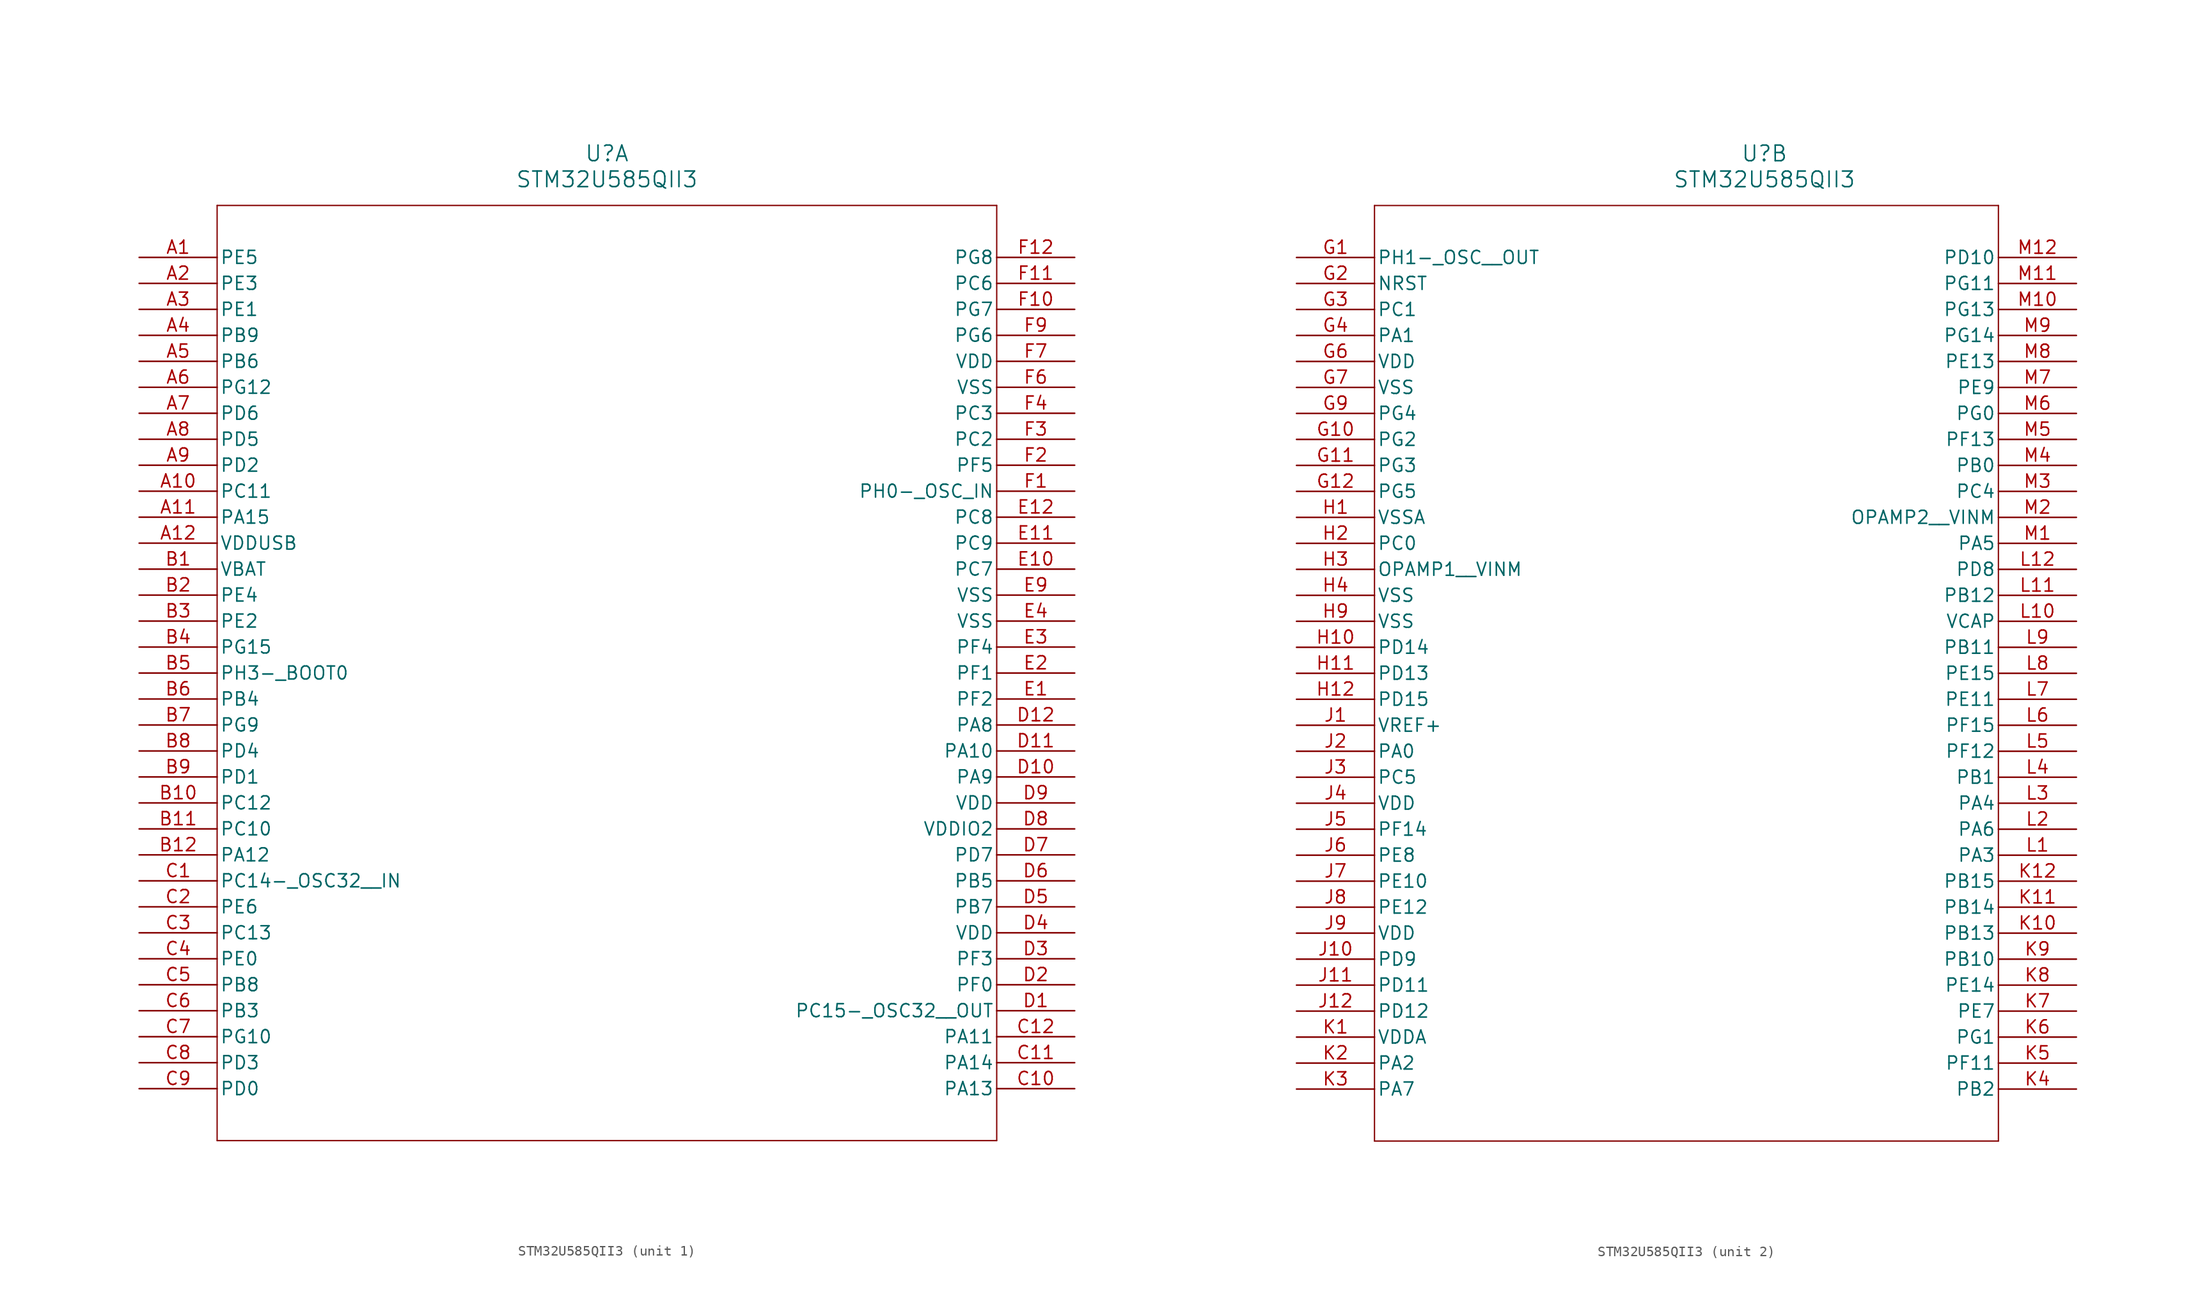
<source format=kicad_sym>
(kicad_symbol_lib
  (version 20211014)
  (generator kicad_symbol_editor)
  (symbol "STM32U585QII3"
    (pin_names
      (offset 0.254))
    (property "Reference" "U"
      (at 45.72 10.16 0)
      (effects (font (size 1.524 1.524))))
    (property "Value" "STM32U585QII3"
      (at 45.72 7.62 0)
      (effects (font (size 1.524 1.524))))
    (symbol "STM32U585QII3_1_1"
      (polyline (pts (xy 7.62 5.08) (xy 7.62 -86.36)) (stroke (width 0.127) (type default) (color 0 0 0 0)) (fill (type none)))
      (polyline (pts (xy 7.62 -86.36) (xy 83.82 -86.36)) (stroke (width 0.127) (type default) (color 0 0 0 0)) (fill (type none)))
      (polyline (pts (xy 83.82 -86.36) (xy 83.82 5.08)) (stroke (width 0.127) (type default) (color 0 0 0 0)) (fill (type none)))
      (polyline (pts (xy 83.82 5.08) (xy 7.62 5.08)) (stroke (width 0.127) (type default) (color 0 0 0 0)) (fill (type none)))
      (pin bidirectional line (at 0 0 0) (length 7.62) (name "PE5" (effects (font (size 1.27 1.27)))) (number "A1" (effects (font (size 1.27 1.27)))))
      (pin bidirectional line (at 0 -2.54 0) (length 7.62) (name "PE3" (effects (font (size 1.27 1.27)))) (number "A2" (effects (font (size 1.27 1.27)))))
      (pin bidirectional line (at 0 -5.08 0) (length 7.62) (name "PE1" (effects (font (size 1.27 1.27)))) (number "A3" (effects (font (size 1.27 1.27)))))
      (pin bidirectional line (at 0 -7.62 0) (length 7.62) (name "PB9" (effects (font (size 1.27 1.27)))) (number "A4" (effects (font (size 1.27 1.27)))))
      (pin bidirectional line (at 0 -10.16 0) (length 7.62) (name "PB6" (effects (font (size 1.27 1.27)))) (number "A5" (effects (font (size 1.27 1.27)))))
      (pin bidirectional line (at 0 -12.7 0) (length 7.62) (name "PG12" (effects (font (size 1.27 1.27)))) (number "A6" (effects (font (size 1.27 1.27)))))
      (pin bidirectional line (at 0 -15.24 0) (length 7.62) (name "PD6" (effects (font (size 1.27 1.27)))) (number "A7" (effects (font (size 1.27 1.27)))))
      (pin bidirectional line (at 0 -17.78 0) (length 7.62) (name "PD5" (effects (font (size 1.27 1.27)))) (number "A8" (effects (font (size 1.27 1.27)))))
      (pin bidirectional line (at 0 -20.32 0) (length 7.62) (name "PD2" (effects (font (size 1.27 1.27)))) (number "A9" (effects (font (size 1.27 1.27)))))
      (pin bidirectional line (at 0 -22.86 0) (length 7.62) (name "PC11" (effects (font (size 1.27 1.27)))) (number "A10" (effects (font (size 1.27 1.27)))))
      (pin bidirectional line (at 0 -25.4 0) (length 7.62) (name "PA15" (effects (font (size 1.27 1.27)))) (number "A11" (effects (font (size 1.27 1.27)))))
      (pin power_in line (at 0 -27.94 0) (length 7.62) (name "VDDUSB" (effects (font (size 1.27 1.27)))) (number "A12" (effects (font (size 1.27 1.27)))))
      (pin unspecified line (at 0 -30.48 0) (length 7.62) (name "VBAT" (effects (font (size 1.27 1.27)))) (number "B1" (effects (font (size 1.27 1.27)))))
      (pin bidirectional line (at 0 -33.02 0) (length 7.62) (name "PE4" (effects (font (size 1.27 1.27)))) (number "B2" (effects (font (size 1.27 1.27)))))
      (pin bidirectional line (at 0 -35.56 0) (length 7.62) (name "PE2" (effects (font (size 1.27 1.27)))) (number "B3" (effects (font (size 1.27 1.27)))))
      (pin bidirectional line (at 0 -38.1 0) (length 7.62) (name "PG15" (effects (font (size 1.27 1.27)))) (number "B4" (effects (font (size 1.27 1.27)))))
      (pin bidirectional line (at 0 -40.64 0) (length 7.62) (name "PH3- BOOT0" (effects (font (size 1.27 1.27)))) (number "B5" (effects (font (size 1.27 1.27)))))
      (pin bidirectional line (at 0 -43.18 0) (length 7.62) (name "PB4" (effects (font (size 1.27 1.27)))) (number "B6" (effects (font (size 1.27 1.27)))))
      (pin bidirectional line (at 0 -45.72 0) (length 7.62) (name "PG9" (effects (font (size 1.27 1.27)))) (number "B7" (effects (font (size 1.27 1.27)))))
      (pin bidirectional line (at 0 -48.26 0) (length 7.62) (name "PD4" (effects (font (size 1.27 1.27)))) (number "B8" (effects (font (size 1.27 1.27)))))
      (pin bidirectional line (at 0 -50.8 0) (length 7.62) (name "PD1" (effects (font (size 1.27 1.27)))) (number "B9" (effects (font (size 1.27 1.27)))))
      (pin bidirectional line (at 0 -53.34 0) (length 7.62) (name "PC12" (effects (font (size 1.27 1.27)))) (number "B10" (effects (font (size 1.27 1.27)))))
      (pin bidirectional line (at 0 -55.88 0) (length 7.62) (name "PC10" (effects (font (size 1.27 1.27)))) (number "B11" (effects (font (size 1.27 1.27)))))
      (pin bidirectional line (at 0 -58.42 0) (length 7.62) (name "PA12" (effects (font (size 1.27 1.27)))) (number "B12" (effects (font (size 1.27 1.27)))))
      (pin bidirectional line (at 0 -60.96 0) (length 7.62) (name "PC14- OSC32 _IN" (effects (font (size 1.27 1.27)))) (number "C1" (effects (font (size 1.27 1.27)))))
      (pin bidirectional line (at 0 -63.5 0) (length 7.62) (name "PE6" (effects (font (size 1.27 1.27)))) (number "C2" (effects (font (size 1.27 1.27)))))
      (pin bidirectional line (at 0 -66.04 0) (length 7.62) (name "PC13" (effects (font (size 1.27 1.27)))) (number "C3" (effects (font (size 1.27 1.27)))))
      (pin bidirectional line (at 0 -68.58 0) (length 7.62) (name "PE0" (effects (font (size 1.27 1.27)))) (number "C4" (effects (font (size 1.27 1.27)))))
      (pin bidirectional line (at 0 -71.12 0) (length 7.62) (name "PB8" (effects (font (size 1.27 1.27)))) (number "C5" (effects (font (size 1.27 1.27)))))
      (pin bidirectional line (at 0 -73.66 0) (length 7.62) (name "PB3" (effects (font (size 1.27 1.27)))) (number "C6" (effects (font (size 1.27 1.27)))))
      (pin bidirectional line (at 0 -76.2 0) (length 7.62) (name "PG10" (effects (font (size 1.27 1.27)))) (number "C7" (effects (font (size 1.27 1.27)))))
      (pin bidirectional line (at 0 -78.74 0) (length 7.62) (name "PD3" (effects (font (size 1.27 1.27)))) (number "C8" (effects (font (size 1.27 1.27)))))
      (pin bidirectional line (at 0 -81.28 0) (length 7.62) (name "PD0" (effects (font (size 1.27 1.27)))) (number "C9" (effects (font (size 1.27 1.27)))))
      (pin bidirectional line (at 91.44 -81.28 180) (length 7.62) (name "PA13" (effects (font (size 1.27 1.27)))) (number "C10" (effects (font (size 1.27 1.27)))))
      (pin bidirectional line (at 91.44 -78.74 180) (length 7.62) (name "PA14" (effects (font (size 1.27 1.27)))) (number "C11" (effects (font (size 1.27 1.27)))))
      (pin bidirectional line (at 91.44 -76.2 180) (length 7.62) (name "PA11" (effects (font (size 1.27 1.27)))) (number "C12" (effects (font (size 1.27 1.27)))))
      (pin output line (at 91.44 -73.66 180) (length 7.62) (name "PC15- OSC32_ OUT" (effects (font (size 1.27 1.27)))) (number "D1" (effects (font (size 1.27 1.27)))))
      (pin bidirectional line (at 91.44 -71.12 180) (length 7.62) (name "PF0" (effects (font (size 1.27 1.27)))) (number "D2" (effects (font (size 1.27 1.27)))))
      (pin bidirectional line (at 91.44 -68.58 180) (length 7.62) (name "PF3" (effects (font (size 1.27 1.27)))) (number "D3" (effects (font (size 1.27 1.27)))))
      (pin power_in line (at 91.44 -66.04 180) (length 7.62) (name "VDD" (effects (font (size 1.27 1.27)))) (number "D4" (effects (font (size 1.27 1.27)))))
      (pin bidirectional line (at 91.44 -63.5 180) (length 7.62) (name "PB7" (effects (font (size 1.27 1.27)))) (number "D5" (effects (font (size 1.27 1.27)))))
      (pin bidirectional line (at 91.44 -60.96 180) (length 7.62) (name "PB5" (effects (font (size 1.27 1.27)))) (number "D6" (effects (font (size 1.27 1.27)))))
      (pin bidirectional line (at 91.44 -58.42 180) (length 7.62) (name "PD7" (effects (font (size 1.27 1.27)))) (number "D7" (effects (font (size 1.27 1.27)))))
      (pin power_in line (at 91.44 -55.88 180) (length 7.62) (name "VDDIO2" (effects (font (size 1.27 1.27)))) (number "D8" (effects (font (size 1.27 1.27)))))
      (pin power_in line (at 91.44 -53.34 180) (length 7.62) (name "VDD" (effects (font (size 1.27 1.27)))) (number "D9" (effects (font (size 1.27 1.27)))))
      (pin bidirectional line (at 91.44 -50.8 180) (length 7.62) (name "PA9" (effects (font (size 1.27 1.27)))) (number "D10" (effects (font (size 1.27 1.27)))))
      (pin bidirectional line (at 91.44 -48.26 180) (length 7.62) (name "PA10" (effects (font (size 1.27 1.27)))) (number "D11" (effects (font (size 1.27 1.27)))))
      (pin bidirectional line (at 91.44 -45.72 180) (length 7.62) (name "PA8" (effects (font (size 1.27 1.27)))) (number "D12" (effects (font (size 1.27 1.27)))))
      (pin bidirectional line (at 91.44 -43.18 180) (length 7.62) (name "PF2" (effects (font (size 1.27 1.27)))) (number "E1" (effects (font (size 1.27 1.27)))))
      (pin bidirectional line (at 91.44 -40.64 180) (length 7.62) (name "PF1" (effects (font (size 1.27 1.27)))) (number "E2" (effects (font (size 1.27 1.27)))))
      (pin bidirectional line (at 91.44 -38.1 180) (length 7.62) (name "PF4" (effects (font (size 1.27 1.27)))) (number "E3" (effects (font (size 1.27 1.27)))))
      (pin power_out line (at 91.44 -35.56 180) (length 7.62) (name "VSS" (effects (font (size 1.27 1.27)))) (number "E4" (effects (font (size 1.27 1.27)))))
      (pin power_out line (at 91.44 -33.02 180) (length 7.62) (name "VSS" (effects (font (size 1.27 1.27)))) (number "E9" (effects (font (size 1.27 1.27)))))
      (pin bidirectional line (at 91.44 -30.48 180) (length 7.62) (name "PC7" (effects (font (size 1.27 1.27)))) (number "E10" (effects (font (size 1.27 1.27)))))
      (pin bidirectional line (at 91.44 -27.94 180) (length 7.62) (name "PC9" (effects (font (size 1.27 1.27)))) (number "E11" (effects (font (size 1.27 1.27)))))
      (pin bidirectional line (at 91.44 -25.4 180) (length 7.62) (name "PC8" (effects (font (size 1.27 1.27)))) (number "E12" (effects (font (size 1.27 1.27)))))
      (pin bidirectional line (at 91.44 -22.86 180) (length 7.62) (name "PH0- OSC_IN" (effects (font (size 1.27 1.27)))) (number "F1" (effects (font (size 1.27 1.27)))))
      (pin bidirectional line (at 91.44 -20.32 180) (length 7.62) (name "PF5" (effects (font (size 1.27 1.27)))) (number "F2" (effects (font (size 1.27 1.27)))))
      (pin bidirectional line (at 91.44 -17.78 180) (length 7.62) (name "PC2" (effects (font (size 1.27 1.27)))) (number "F3" (effects (font (size 1.27 1.27)))))
      (pin bidirectional line (at 91.44 -15.24 180) (length 7.62) (name "PC3" (effects (font (size 1.27 1.27)))) (number "F4" (effects (font (size 1.27 1.27)))))
      (pin power_out line (at 91.44 -12.7 180) (length 7.62) (name "VSS" (effects (font (size 1.27 1.27)))) (number "F6" (effects (font (size 1.27 1.27)))))
      (pin power_in line (at 91.44 -10.16 180) (length 7.62) (name "VDD" (effects (font (size 1.27 1.27)))) (number "F7" (effects (font (size 1.27 1.27)))))
      (pin bidirectional line (at 91.44 -7.62 180) (length 7.62) (name "PG6" (effects (font (size 1.27 1.27)))) (number "F9" (effects (font (size 1.27 1.27)))))
      (pin bidirectional line (at 91.44 -5.08 180) (length 7.62) (name "PG7" (effects (font (size 1.27 1.27)))) (number "F10" (effects (font (size 1.27 1.27)))))
      (pin bidirectional line (at 91.44 -2.54 180) (length 7.62) (name "PC6" (effects (font (size 1.27 1.27)))) (number "F11" (effects (font (size 1.27 1.27)))))
      (pin bidirectional line (at 91.44 0 180) (length 7.62) (name "PG8" (effects (font (size 1.27 1.27)))) (number "F12" (effects (font (size 1.27 1.27))))))
    (symbol "STM32U585QII3_2_1"
      (polyline (pts (xy 7.62 5.08) (xy 7.62 -86.36)) (stroke (width 0.127) (type default) (color 0 0 0 0)) (fill (type none)))
      (polyline (pts (xy 7.62 -86.36) (xy 68.58 -86.36)) (stroke (width 0.127) (type default) (color 0 0 0 0)) (fill (type none)))
      (polyline (pts (xy 68.58 -86.36) (xy 68.58 5.08)) (stroke (width 0.127) (type default) (color 0 0 0 0)) (fill (type none)))
      (polyline (pts (xy 68.58 5.08) (xy 7.62 5.08)) (stroke (width 0.127) (type default) (color 0 0 0 0)) (fill (type none)))
      (pin output line (at 0 0 0) (length 7.62) (name "PH1- OSC_ OUT" (effects (font (size 1.27 1.27)))) (number "G1" (effects (font (size 1.27 1.27)))))
      (pin unspecified line (at 0 -2.54 0) (length 7.62) (name "NRST" (effects (font (size 1.27 1.27)))) (number "G2" (effects (font (size 1.27 1.27)))))
      (pin bidirectional line (at 0 -5.08 0) (length 7.62) (name "PC1" (effects (font (size 1.27 1.27)))) (number "G3" (effects (font (size 1.27 1.27)))))
      (pin bidirectional line (at 0 -7.62 0) (length 7.62) (name "PA1" (effects (font (size 1.27 1.27)))) (number "G4" (effects (font (size 1.27 1.27)))))
      (pin power_in line (at 0 -10.16 0) (length 7.62) (name "VDD" (effects (font (size 1.27 1.27)))) (number "G6" (effects (font (size 1.27 1.27)))))
      (pin power_out line (at 0 -12.7 0) (length 7.62) (name "VSS" (effects (font (size 1.27 1.27)))) (number "G7" (effects (font (size 1.27 1.27)))))
      (pin bidirectional line (at 0 -15.24 0) (length 7.62) (name "PG4" (effects (font (size 1.27 1.27)))) (number "G9" (effects (font (size 1.27 1.27)))))
      (pin bidirectional line (at 0 -17.78 0) (length 7.62) (name "PG2" (effects (font (size 1.27 1.27)))) (number "G10" (effects (font (size 1.27 1.27)))))
      (pin bidirectional line (at 0 -20.32 0) (length 7.62) (name "PG3" (effects (font (size 1.27 1.27)))) (number "G11" (effects (font (size 1.27 1.27)))))
      (pin bidirectional line (at 0 -22.86 0) (length 7.62) (name "PG5" (effects (font (size 1.27 1.27)))) (number "G12" (effects (font (size 1.27 1.27)))))
      (pin power_out line (at 0 -25.4 0) (length 7.62) (name "VSSA" (effects (font (size 1.27 1.27)))) (number "H1" (effects (font (size 1.27 1.27)))))
      (pin bidirectional line (at 0 -27.94 0) (length 7.62) (name "PC0" (effects (font (size 1.27 1.27)))) (number "H2" (effects (font (size 1.27 1.27)))))
      (pin bidirectional line (at 0 -30.48 0) (length 7.62) (name "OPAMP1 _VINM" (effects (font (size 1.27 1.27)))) (number "H3" (effects (font (size 1.27 1.27)))))
      (pin power_out line (at 0 -33.02 0) (length 7.62) (name "VSS" (effects (font (size 1.27 1.27)))) (number "H4" (effects (font (size 1.27 1.27)))))
      (pin power_out line (at 0 -35.56 0) (length 7.62) (name "VSS" (effects (font (size 1.27 1.27)))) (number "H9" (effects (font (size 1.27 1.27)))))
      (pin bidirectional line (at 0 -38.1 0) (length 7.62) (name "PD14" (effects (font (size 1.27 1.27)))) (number "H10" (effects (font (size 1.27 1.27)))))
      (pin bidirectional line (at 0 -40.64 0) (length 7.62) (name "PD13" (effects (font (size 1.27 1.27)))) (number "H11" (effects (font (size 1.27 1.27)))))
      (pin bidirectional line (at 0 -43.18 0) (length 7.62) (name "PD15" (effects (font (size 1.27 1.27)))) (number "H12" (effects (font (size 1.27 1.27)))))
      (pin power_in line (at 0 -45.72 0) (length 7.62) (name "VREF+" (effects (font (size 1.27 1.27)))) (number "J1" (effects (font (size 1.27 1.27)))))
      (pin bidirectional line (at 0 -48.26 0) (length 7.62) (name "PA0" (effects (font (size 1.27 1.27)))) (number "J2" (effects (font (size 1.27 1.27)))))
      (pin bidirectional line (at 0 -50.8 0) (length 7.62) (name "PC5" (effects (font (size 1.27 1.27)))) (number "J3" (effects (font (size 1.27 1.27)))))
      (pin power_in line (at 0 -53.34 0) (length 7.62) (name "VDD" (effects (font (size 1.27 1.27)))) (number "J4" (effects (font (size 1.27 1.27)))))
      (pin bidirectional line (at 0 -55.88 0) (length 7.62) (name "PF14" (effects (font (size 1.27 1.27)))) (number "J5" (effects (font (size 1.27 1.27)))))
      (pin bidirectional line (at 0 -58.42 0) (length 7.62) (name "PE8" (effects (font (size 1.27 1.27)))) (number "J6" (effects (font (size 1.27 1.27)))))
      (pin bidirectional line (at 0 -60.96 0) (length 7.62) (name "PE10" (effects (font (size 1.27 1.27)))) (number "J7" (effects (font (size 1.27 1.27)))))
      (pin bidirectional line (at 0 -63.5 0) (length 7.62) (name "PE12" (effects (font (size 1.27 1.27)))) (number "J8" (effects (font (size 1.27 1.27)))))
      (pin power_in line (at 0 -66.04 0) (length 7.62) (name "VDD" (effects (font (size 1.27 1.27)))) (number "J9" (effects (font (size 1.27 1.27)))))
      (pin bidirectional line (at 0 -68.58 0) (length 7.62) (name "PD9" (effects (font (size 1.27 1.27)))) (number "J10" (effects (font (size 1.27 1.27)))))
      (pin bidirectional line (at 0 -71.12 0) (length 7.62) (name "PD11" (effects (font (size 1.27 1.27)))) (number "J11" (effects (font (size 1.27 1.27)))))
      (pin bidirectional line (at 0 -73.66 0) (length 7.62) (name "PD12" (effects (font (size 1.27 1.27)))) (number "J12" (effects (font (size 1.27 1.27)))))
      (pin power_in line (at 0 -76.2 0) (length 7.62) (name "VDDA" (effects (font (size 1.27 1.27)))) (number "K1" (effects (font (size 1.27 1.27)))))
      (pin bidirectional line (at 0 -78.74 0) (length 7.62) (name "PA2" (effects (font (size 1.27 1.27)))) (number "K2" (effects (font (size 1.27 1.27)))))
      (pin bidirectional line (at 0 -81.28 0) (length 7.62) (name "PA7" (effects (font (size 1.27 1.27)))) (number "K3" (effects (font (size 1.27 1.27)))))
      (pin bidirectional line (at 76.2 -81.28 180) (length 7.62) (name "PB2" (effects (font (size 1.27 1.27)))) (number "K4" (effects (font (size 1.27 1.27)))))
      (pin bidirectional line (at 76.2 -78.74 180) (length 7.62) (name "PF11" (effects (font (size 1.27 1.27)))) (number "K5" (effects (font (size 1.27 1.27)))))
      (pin bidirectional line (at 76.2 -76.2 180) (length 7.62) (name "PG1" (effects (font (size 1.27 1.27)))) (number "K6" (effects (font (size 1.27 1.27)))))
      (pin bidirectional line (at 76.2 -73.66 180) (length 7.62) (name "PE7" (effects (font (size 1.27 1.27)))) (number "K7" (effects (font (size 1.27 1.27)))))
      (pin bidirectional line (at 76.2 -71.12 180) (length 7.62) (name "PE14" (effects (font (size 1.27 1.27)))) (number "K8" (effects (font (size 1.27 1.27)))))
      (pin bidirectional line (at 76.2 -68.58 180) (length 7.62) (name "PB10" (effects (font (size 1.27 1.27)))) (number "K9" (effects (font (size 1.27 1.27)))))
      (pin bidirectional line (at 76.2 -66.04 180) (length 7.62) (name "PB13" (effects (font (size 1.27 1.27)))) (number "K10" (effects (font (size 1.27 1.27)))))
      (pin bidirectional line (at 76.2 -63.5 180) (length 7.62) (name "PB14" (effects (font (size 1.27 1.27)))) (number "K11" (effects (font (size 1.27 1.27)))))
      (pin bidirectional line (at 76.2 -60.96 180) (length 7.62) (name "PB15" (effects (font (size 1.27 1.27)))) (number "K12" (effects (font (size 1.27 1.27)))))
      (pin bidirectional line (at 76.2 -58.42 180) (length 7.62) (name "PA3" (effects (font (size 1.27 1.27)))) (number "L1" (effects (font (size 1.27 1.27)))))
      (pin bidirectional line (at 76.2 -55.88 180) (length 7.62) (name "PA6" (effects (font (size 1.27 1.27)))) (number "L2" (effects (font (size 1.27 1.27)))))
      (pin bidirectional line (at 76.2 -53.34 180) (length 7.62) (name "PA4" (effects (font (size 1.27 1.27)))) (number "L3" (effects (font (size 1.27 1.27)))))
      (pin bidirectional line (at 76.2 -50.8 180) (length 7.62) (name "PB1" (effects (font (size 1.27 1.27)))) (number "L4" (effects (font (size 1.27 1.27)))))
      (pin bidirectional line (at 76.2 -48.26 180) (length 7.62) (name "PF12" (effects (font (size 1.27 1.27)))) (number "L5" (effects (font (size 1.27 1.27)))))
      (pin bidirectional line (at 76.2 -45.72 180) (length 7.62) (name "PF15" (effects (font (size 1.27 1.27)))) (number "L6" (effects (font (size 1.27 1.27)))))
      (pin bidirectional line (at 76.2 -43.18 180) (length 7.62) (name "PE11" (effects (font (size 1.27 1.27)))) (number "L7" (effects (font (size 1.27 1.27)))))
      (pin bidirectional line (at 76.2 -40.64 180) (length 7.62) (name "PE15" (effects (font (size 1.27 1.27)))) (number "L8" (effects (font (size 1.27 1.27)))))
      (pin bidirectional line (at 76.2 -38.1 180) (length 7.62) (name "PB11" (effects (font (size 1.27 1.27)))) (number "L9" (effects (font (size 1.27 1.27)))))
      (pin unspecified line (at 76.2 -35.56 180) (length 7.62) (name "VCAP" (effects (font (size 1.27 1.27)))) (number "L10" (effects (font (size 1.27 1.27)))))
      (pin bidirectional line (at 76.2 -33.02 180) (length 7.62) (name "PB12" (effects (font (size 1.27 1.27)))) (number "L11" (effects (font (size 1.27 1.27)))))
      (pin bidirectional line (at 76.2 -30.48 180) (length 7.62) (name "PD8" (effects (font (size 1.27 1.27)))) (number "L12" (effects (font (size 1.27 1.27)))))
      (pin bidirectional line (at 76.2 -27.94 180) (length 7.62) (name "PA5" (effects (font (size 1.27 1.27)))) (number "M1" (effects (font (size 1.27 1.27)))))
      (pin bidirectional line (at 76.2 -25.4 180) (length 7.62) (name "OPAMP2 _VINM" (effects (font (size 1.27 1.27)))) (number "M2" (effects (font (size 1.27 1.27)))))
      (pin bidirectional line (at 76.2 -22.86 180) (length 7.62) (name "PC4" (effects (font (size 1.27 1.27)))) (number "M3" (effects (font (size 1.27 1.27)))))
      (pin bidirectional line (at 76.2 -20.32 180) (length 7.62) (name "PB0" (effects (font (size 1.27 1.27)))) (number "M4" (effects (font (size 1.27 1.27)))))
      (pin bidirectional line (at 76.2 -17.78 180) (length 7.62) (name "PF13" (effects (font (size 1.27 1.27)))) (number "M5" (effects (font (size 1.27 1.27)))))
      (pin bidirectional line (at 76.2 -15.24 180) (length 7.62) (name "PG0" (effects (font (size 1.27 1.27)))) (number "M6" (effects (font (size 1.27 1.27)))))
      (pin bidirectional line (at 76.2 -12.7 180) (length 7.62) (name "PE9" (effects (font (size 1.27 1.27)))) (number "M7" (effects (font (size 1.27 1.27)))))
      (pin bidirectional line (at 76.2 -10.16 180) (length 7.62) (name "PE13" (effects (font (size 1.27 1.27)))) (number "M8" (effects (font (size 1.27 1.27)))))
      (pin bidirectional line (at 76.2 -7.62 180) (length 7.62) (name "PG14" (effects (font (size 1.27 1.27)))) (number "M9" (effects (font (size 1.27 1.27)))))
      (pin bidirectional line (at 76.2 -5.08 180) (length 7.62) (name "PG13" (effects (font (size 1.27 1.27)))) (number "M10" (effects (font (size 1.27 1.27)))))
      (pin bidirectional line (at 76.2 -2.54 180) (length 7.62) (name "PG11" (effects (font (size 1.27 1.27)))) (number "M11" (effects (font (size 1.27 1.27)))))
      (pin bidirectional line (at 76.2 0 180) (length 7.62) (name "PD10" (effects (font (size 1.27 1.27)))) (number "M12" (effects (font (size 1.27 1.27))))))))
</source>
